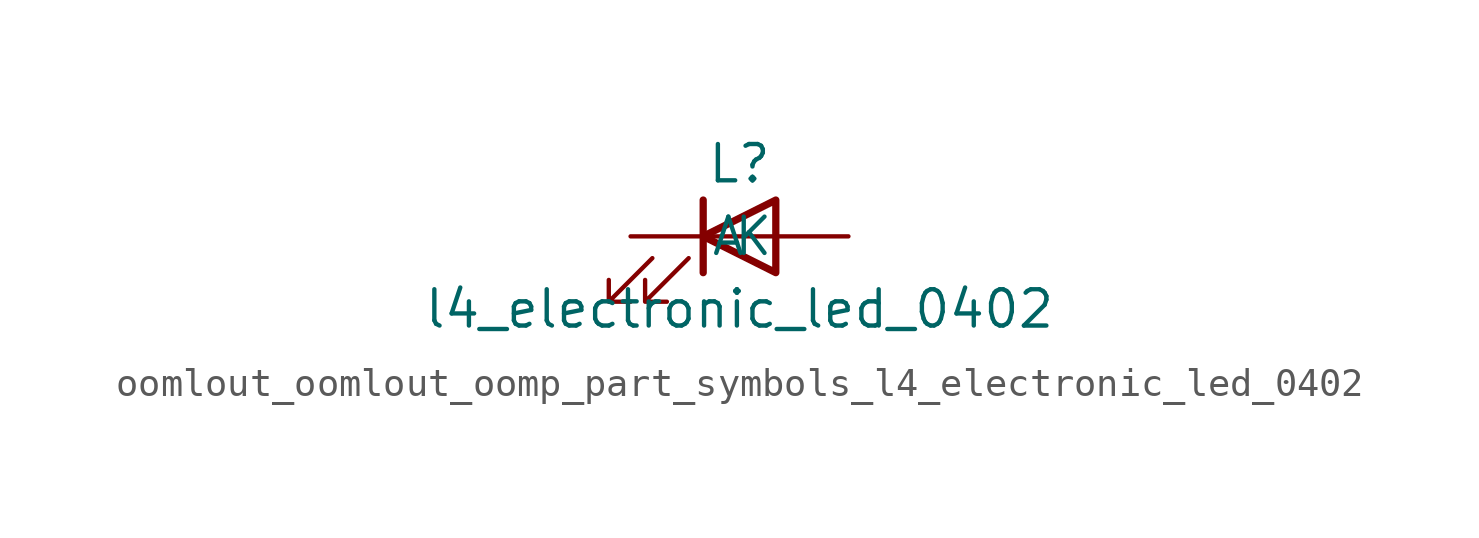
<source format=kicad_sym>
(kicad_symbol_lib
  (version 20220914)
  (generator kicad_symbol_editor)
  (symbol "oomlout_oomlout_oomp_part_symbols_l4_electronic_led_0402"
    (pin_numbers hide)
    (pin_names
      (offset 1.016))
    (property "Reference" "L"
      (at 0 2.54 0)
      (effects (font (size 1.27 1.27))))
    (property "Value" "l4_electronic_led_0402"
      (at 0 -2.54 0)
      (effects (font (size 1.27 1.27))))
    (symbol "oomlout_oomlout_oomp_part_symbols_l4_electronic_led_0402_0_1"
      (polyline (pts (xy -1.27 -1.27) (xy -1.27 1.27)) (stroke (width 0.254) (type default)) (fill (type none)))
      (polyline (pts (xy -1.27 0) (xy 1.27 0)) (stroke (width 0) (type default)) (fill (type none)))
      (polyline (pts (xy 1.27 -1.27) (xy 1.27 1.27) (xy -1.27 0) (xy 1.27 -1.27)) (stroke (width 0.254) (type default)) (fill (type none)))
      (polyline (pts (xy -3.048 -0.762) (xy -4.572 -2.286) (xy -3.81 -2.286) (xy -4.572 -2.286) (xy -4.572 -1.524)) (stroke (width 0) (type default)) (fill (type none)))
      (polyline (pts (xy -1.778 -0.762) (xy -3.302 -2.286) (xy -2.54 -2.286) (xy -3.302 -2.286) (xy -3.302 -1.524)) (stroke (width 0) (type default)) (fill (type none))))
    (symbol "oomlout_oomlout_oomp_part_symbols_l4_electronic_led_0402_1_1"
      (pin passive line (at -3.81 0 0) (length 2.54) (name "K" (effects (font (size 1.27 1.27)))) (number "1" (effects (font (size 1.27 1.27)))))
      (pin passive line (at 3.81 0 180) (length 2.54) (name "A" (effects (font (size 1.27 1.27)))) (number "2" (effects (font (size 1.27 1.27))))))))
</source>
